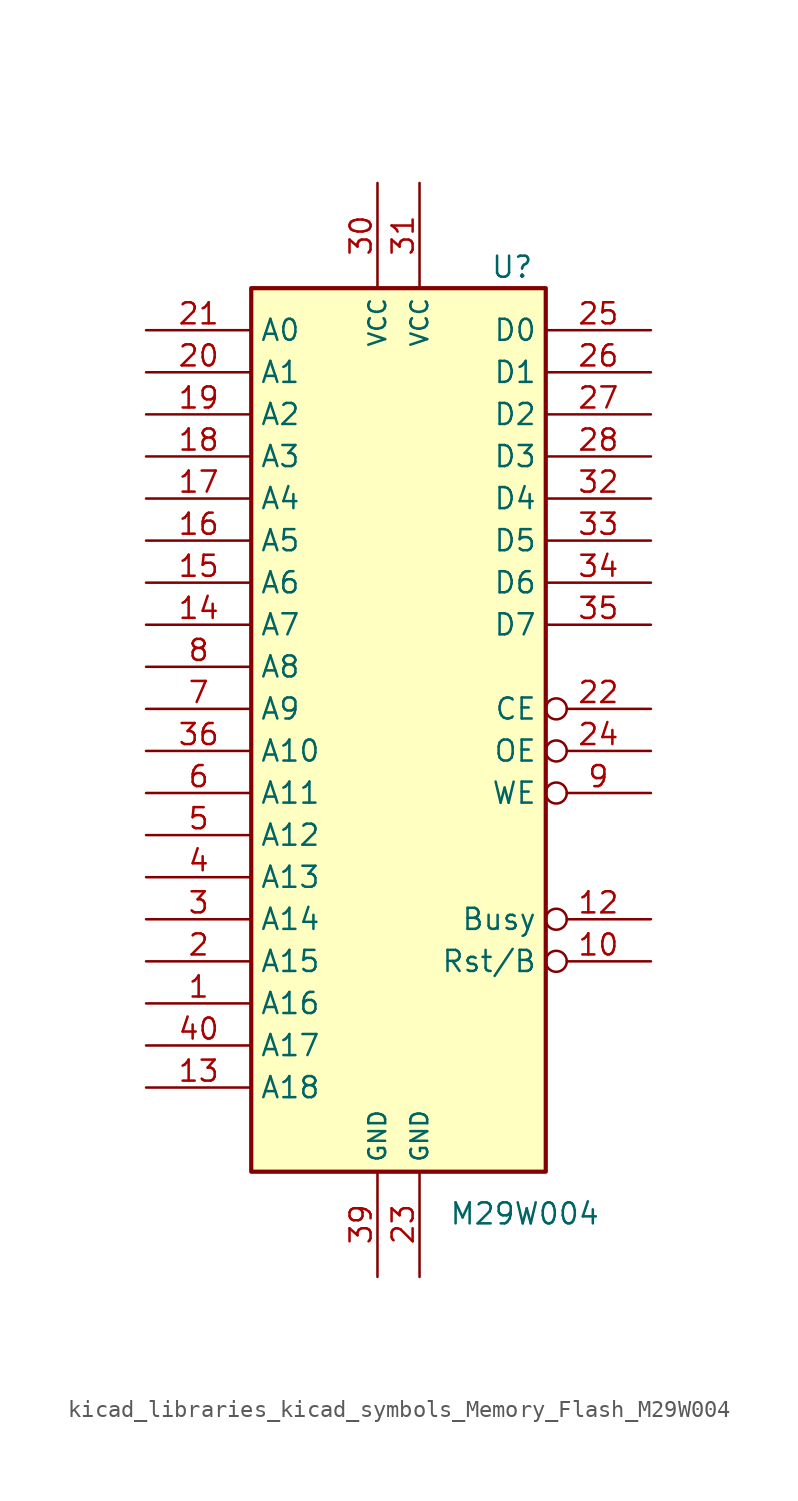
<source format=kicad_sym>
(kicad_symbol_lib
  (version 20220914)
  (generator kicad_symbol_editor)
  (symbol "kicad_libraries_kicad_symbols_Memory_Flash_M29W004"
    (property "Reference" "U"
      (at 6.858 27.94 0)
      (effects (font (size 1.27 1.27))))
    (property "Value" "M29W004"
      (at 7.62 -29.21 0)
      (effects (font (size 1.27 1.27))))
    (symbol "kicad_libraries_kicad_symbols_Memory_Flash_M29W004_0_1"
      (rectangle (start -8.89 26.67) (end 8.89 -26.67) (stroke (width 0.254) (type default)) (fill (type background))))
    (symbol "kicad_libraries_kicad_symbols_Memory_Flash_M29W004_1_1"
      (pin input line (at -15.24 -16.51 0) (length 6.35) (name "A16" (effects (font (size 1.27 1.27)))) (number "1" (effects (font (size 1.27 1.27)))))
      (pin input inverted (at 15.24 -13.97 180) (length 6.35) (name "Rst/B" (effects (font (size 1.27 1.27)))) (number "10" (effects (font (size 1.27 1.27)))))
      (pin output inverted (at 15.24 -11.43 180) (length 6.35) (name "Busy" (effects (font (size 1.27 1.27)))) (number "12" (effects (font (size 1.27 1.27)))))
      (pin input line (at -15.24 -21.59 0) (length 6.35) (name "A18" (effects (font (size 1.27 1.27)))) (number "13" (effects (font (size 1.27 1.27)))))
      (pin input line (at -15.24 6.35 0) (length 6.35) (name "A7" (effects (font (size 1.27 1.27)))) (number "14" (effects (font (size 1.27 1.27)))))
      (pin input line (at -15.24 8.89 0) (length 6.35) (name "A6" (effects (font (size 1.27 1.27)))) (number "15" (effects (font (size 1.27 1.27)))))
      (pin input line (at -15.24 11.43 0) (length 6.35) (name "A5" (effects (font (size 1.27 1.27)))) (number "16" (effects (font (size 1.27 1.27)))))
      (pin input line (at -15.24 13.97 0) (length 6.35) (name "A4" (effects (font (size 1.27 1.27)))) (number "17" (effects (font (size 1.27 1.27)))))
      (pin input line (at -15.24 16.51 0) (length 6.35) (name "A3" (effects (font (size 1.27 1.27)))) (number "18" (effects (font (size 1.27 1.27)))))
      (pin input line (at -15.24 19.05 0) (length 6.35) (name "A2" (effects (font (size 1.27 1.27)))) (number "19" (effects (font (size 1.27 1.27)))))
      (pin input line (at -15.24 -13.97 0) (length 6.35) (name "A15" (effects (font (size 1.27 1.27)))) (number "2" (effects (font (size 1.27 1.27)))))
      (pin input line (at -15.24 21.59 0) (length 6.35) (name "A1" (effects (font (size 1.27 1.27)))) (number "20" (effects (font (size 1.27 1.27)))))
      (pin input line (at -15.24 24.13 0) (length 6.35) (name "A0" (effects (font (size 1.27 1.27)))) (number "21" (effects (font (size 1.27 1.27)))))
      (pin input inverted (at 15.24 1.27 180) (length 6.35) (name "CE" (effects (font (size 1.27 1.27)))) (number "22" (effects (font (size 1.27 1.27)))))
      (pin power_in line (at 1.27 -33.02 90) (length 6.35) (name "GND" (effects (font (size 1.016 1.016)))) (number "23" (effects (font (size 1.27 1.27)))))
      (pin input inverted (at 15.24 -1.27 180) (length 6.35) (name "OE" (effects (font (size 1.27 1.27)))) (number "24" (effects (font (size 1.27 1.27)))))
      (pin tri_state line (at 15.24 24.13 180) (length 6.35) (name "D0" (effects (font (size 1.27 1.27)))) (number "25" (effects (font (size 1.27 1.27)))))
      (pin tri_state line (at 15.24 21.59 180) (length 6.35) (name "D1" (effects (font (size 1.27 1.27)))) (number "26" (effects (font (size 1.27 1.27)))))
      (pin tri_state line (at 15.24 19.05 180) (length 6.35) (name "D2" (effects (font (size 1.27 1.27)))) (number "27" (effects (font (size 1.27 1.27)))))
      (pin tri_state line (at 15.24 16.51 180) (length 6.35) (name "D3" (effects (font (size 1.27 1.27)))) (number "28" (effects (font (size 1.27 1.27)))))
      (pin input line (at -15.24 -11.43 0) (length 6.35) (name "A14" (effects (font (size 1.27 1.27)))) (number "3" (effects (font (size 1.27 1.27)))))
      (pin power_in line (at -1.27 33.02 270) (length 6.35) (name "VCC" (effects (font (size 1.016 1.016)))) (number "30" (effects (font (size 1.27 1.27)))))
      (pin power_in line (at 1.27 33.02 270) (length 6.35) (name "VCC" (effects (font (size 1.016 1.016)))) (number "31" (effects (font (size 1.27 1.27)))))
      (pin tri_state line (at 15.24 13.97 180) (length 6.35) (name "D4" (effects (font (size 1.27 1.27)))) (number "32" (effects (font (size 1.27 1.27)))))
      (pin tri_state line (at 15.24 11.43 180) (length 6.35) (name "D5" (effects (font (size 1.27 1.27)))) (number "33" (effects (font (size 1.27 1.27)))))
      (pin tri_state line (at 15.24 8.89 180) (length 6.35) (name "D6" (effects (font (size 1.27 1.27)))) (number "34" (effects (font (size 1.27 1.27)))))
      (pin tri_state line (at 15.24 6.35 180) (length 6.35) (name "D7" (effects (font (size 1.27 1.27)))) (number "35" (effects (font (size 1.27 1.27)))))
      (pin input line (at -15.24 -1.27 0) (length 6.35) (name "A10" (effects (font (size 1.27 1.27)))) (number "36" (effects (font (size 1.27 1.27)))))
      (pin power_in line (at -1.27 -33.02 90) (length 6.35) (name "GND" (effects (font (size 1.016 1.016)))) (number "39" (effects (font (size 1.27 1.27)))))
      (pin input line (at -15.24 -8.89 0) (length 6.35) (name "A13" (effects (font (size 1.27 1.27)))) (number "4" (effects (font (size 1.27 1.27)))))
      (pin input line (at -15.24 -19.05 0) (length 6.35) (name "A17" (effects (font (size 1.27 1.27)))) (number "40" (effects (font (size 1.27 1.27)))))
      (pin input line (at -15.24 -6.35 0) (length 6.35) (name "A12" (effects (font (size 1.27 1.27)))) (number "5" (effects (font (size 1.27 1.27)))))
      (pin input line (at -15.24 -3.81 0) (length 6.35) (name "A11" (effects (font (size 1.27 1.27)))) (number "6" (effects (font (size 1.27 1.27)))))
      (pin input line (at -15.24 1.27 0) (length 6.35) (name "A9" (effects (font (size 1.27 1.27)))) (number "7" (effects (font (size 1.27 1.27)))))
      (pin input line (at -15.24 3.81 0) (length 6.35) (name "A8" (effects (font (size 1.27 1.27)))) (number "8" (effects (font (size 1.27 1.27)))))
      (pin input inverted (at 15.24 -3.81 180) (length 6.35) (name "WE" (effects (font (size 1.27 1.27)))) (number "9" (effects (font (size 1.27 1.27))))))))
</source>
